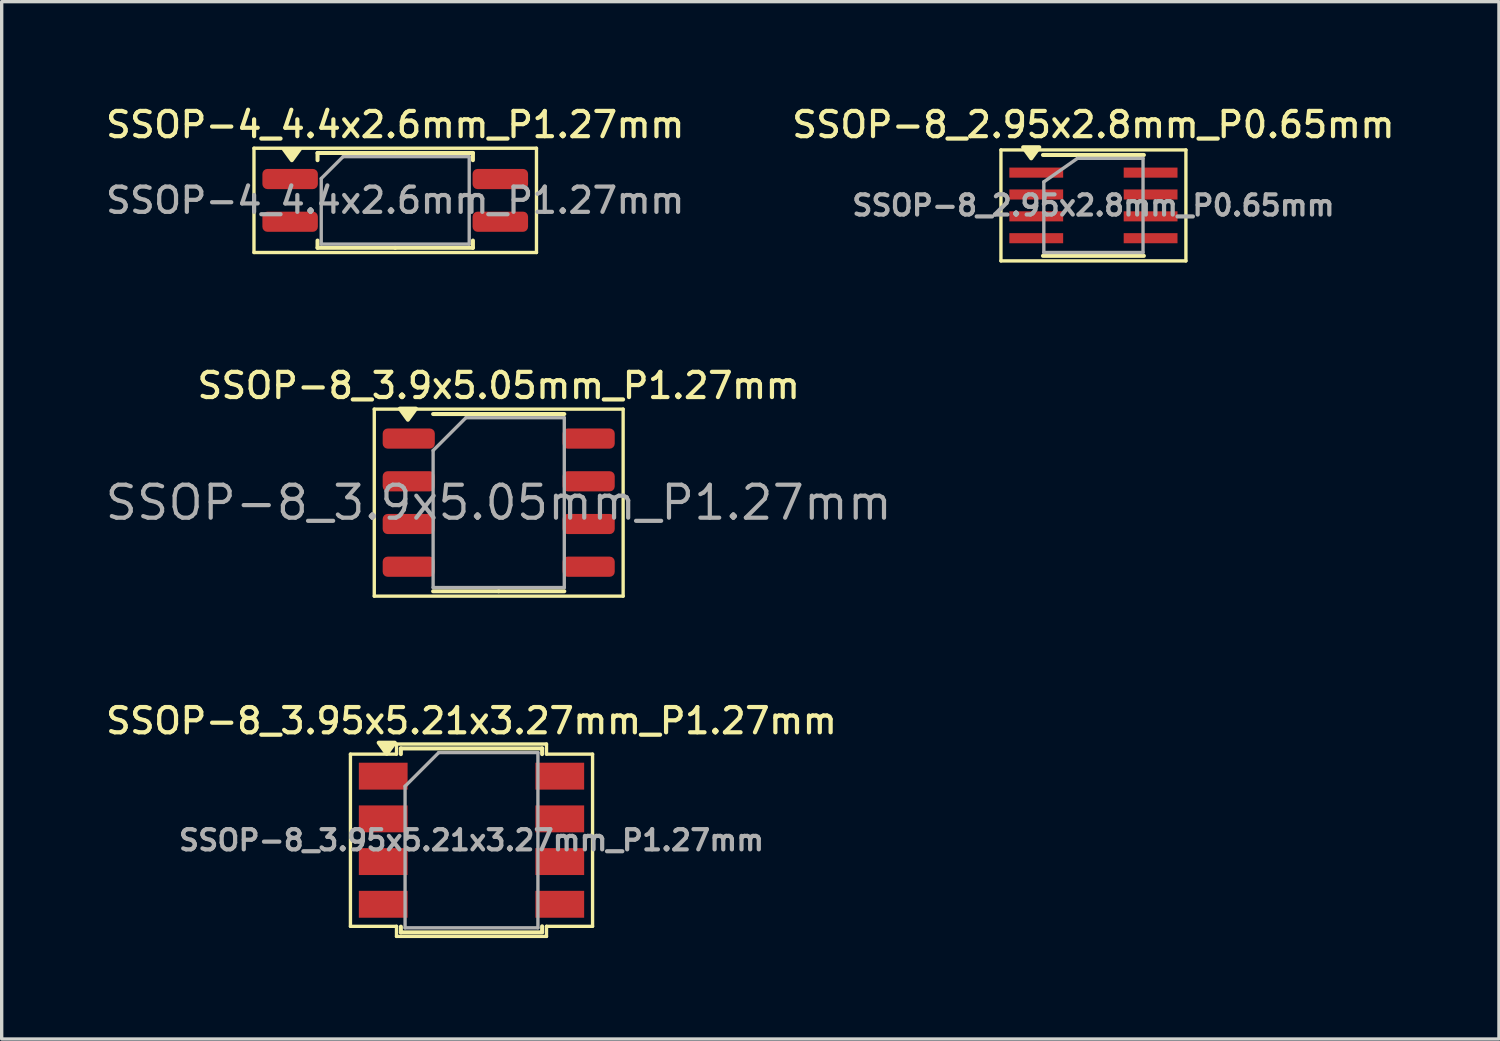
<source format=kicad_pcb>
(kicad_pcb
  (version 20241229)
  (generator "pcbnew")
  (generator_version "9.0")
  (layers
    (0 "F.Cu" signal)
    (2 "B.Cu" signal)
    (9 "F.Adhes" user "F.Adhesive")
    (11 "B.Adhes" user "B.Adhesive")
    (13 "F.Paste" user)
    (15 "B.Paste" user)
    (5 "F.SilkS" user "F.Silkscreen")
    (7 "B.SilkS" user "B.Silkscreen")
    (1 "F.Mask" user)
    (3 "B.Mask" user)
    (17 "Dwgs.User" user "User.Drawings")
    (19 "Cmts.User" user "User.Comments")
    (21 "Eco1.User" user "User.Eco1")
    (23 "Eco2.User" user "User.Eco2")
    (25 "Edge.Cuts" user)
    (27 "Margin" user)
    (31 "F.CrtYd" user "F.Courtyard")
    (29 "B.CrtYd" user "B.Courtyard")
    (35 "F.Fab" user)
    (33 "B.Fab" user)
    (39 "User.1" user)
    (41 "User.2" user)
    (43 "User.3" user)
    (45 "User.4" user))
  (footprint "SSOP-8_3.95x5.21x3.27mm_P1.27mm"
    (layer "F.Cu")
    (at 10.97 21.934)
    (property "Reference" "SSOP-8_3.95x5.21x3.27mm_P1.27mm" (at 0 -3.55 0) (layer "F.SilkS") (effects (font (size 0.75 0.75) (thickness 0.125))))
    (attr smd)
    (fp_line (start -3.6 -2.56) (end -2.23 -2.56) (stroke (width 0.1) (type solid)) (layer "F.SilkS"))
    (fp_line (start -3.6 2.56) (end -3.6 -2.56) (stroke (width 0.1) (type solid)) (layer "F.SilkS"))
    (fp_line (start -3.6 2.56) (end -2.23 2.56) (stroke (width 0.1) (type solid)) (layer "F.SilkS"))
    (fp_line (start -2.23 -2.86) (end 2.23 -2.86) (stroke (width 0.1) (type solid)) (layer "F.SilkS"))
    (fp_line (start -2.23 -2.56) (end -2.23 -2.86) (stroke (width 0.1) (type solid)) (layer "F.SilkS"))
    (fp_line (start -2.23 2.86) (end -2.23 2.56) (stroke (width 0.1) (type solid)) (layer "F.SilkS"))
    (fp_line (start -2.1 -2.73) (end -2.1 -2.56) (stroke (width 0.12) (type solid)) (layer "F.SilkS"))
    (fp_line (start -2.1 2.57) (end -2.1 2.74) (stroke (width 0.12) (type solid)) (layer "F.SilkS"))
    (fp_line (start 2.1 -2.73) (end -2.1 -2.73) (stroke (width 0.12) (type solid)) (layer "F.SilkS"))
    (fp_line (start 2.1 -2.73) (end 2.1 -2.56) (stroke (width 0.12) (type solid)) (layer "F.SilkS"))
    (fp_line (start 2.1 2.56) (end 2.1 2.73) (stroke (width 0.12) (type solid)) (layer "F.SilkS"))
    (fp_line (start 2.1 2.74) (end -2.1 2.74) (stroke (width 0.12) (type solid)) (layer "F.SilkS"))
    (fp_line (start 2.23 -2.56) (end 2.23 -2.86) (stroke (width 0.1) (type solid)) (layer "F.SilkS"))
    (fp_line (start 2.23 -2.56) (end 3.6 -2.56) (stroke (width 0.1) (type solid)) (layer "F.SilkS"))
    (fp_line (start 2.23 2.56) (end 3.6 2.56) (stroke (width 0.1) (type solid)) (layer "F.SilkS"))
    (fp_line (start 2.23 2.86) (end -2.23 2.86) (stroke (width 0.1) (type solid)) (layer "F.SilkS"))
    (fp_line (start 2.23 2.86) (end 2.23 2.56) (stroke (width 0.1) (type solid)) (layer "F.SilkS"))
    (fp_line (start 3.6 2.56) (end 3.6 -2.56) (stroke (width 0.1) (type solid)) (layer "F.SilkS"))
    (fp_poly (pts (xy -2.52 -2.57) (xy -2.76 -2.9) (xy -2.28 -2.9) (xy -2.52 -2.57)) (stroke (width 0.12) (type solid)) (fill yes) (layer "F.SilkS"))
    (fp_line (start -1.975 2.605) (end -1.975 -1.605) (stroke (width 0.1) (type solid)) (layer "F.Fab"))
    (fp_line (start -0.975 -2.605) (end -1.975 -1.605) (stroke (width 0.1) (type solid)) (layer "F.Fab"))
    (fp_line (start -0.975 -2.605) (end 1.975 -2.605) (stroke (width 0.1) (type solid)) (layer "F.Fab"))
    (fp_line (start 1.975 -2.605) (end 1.975 2.605) (stroke (width 0.1) (type solid)) (layer "F.Fab"))
    (fp_line (start 1.975 2.605) (end -1.975 2.605) (stroke (width 0.1) (type solid)) (layer "F.Fab"))
    (fp_text user "${REFERENCE}" (at 0 0 0) (layer "F.Fab") (effects (font (size 0.6 0.6) (thickness 0.125))))
    (pad "1" smd rect (at -2.625 -1.905) (size 1.45 0.8) (layers "F.Cu" "F.Mask" "F.Paste"))
    (pad "2" smd rect (at -2.625 -0.635) (size 1.45 0.8) (layers "F.Cu" "F.Mask" "F.Paste"))
    (pad "3" smd rect (at -2.625 0.635) (size 1.45 0.8) (layers "F.Cu" "F.Mask" "F.Paste"))
    (pad "4" smd rect (at -2.625 1.905) (size 1.45 0.8) (layers "F.Cu" "F.Mask" "F.Paste"))
    (pad "5" smd rect (at 2.625 1.905) (size 1.45 0.8) (layers "F.Cu" "F.Mask" "F.Paste"))
    (pad "6" smd rect (at 2.625 0.635) (size 1.45 0.8) (layers "F.Cu" "F.Mask" "F.Paste"))
    (pad "7" smd rect (at 2.625 -0.635) (size 1.45 0.8) (layers "F.Cu" "F.Mask" "F.Paste"))
    (pad "8" smd rect (at 2.625 -1.905) (size 1.45 0.8) (layers "F.Cu" "F.Mask" "F.Paste")))
  (footprint "SSOP-8_2.95x2.8mm_P0.65mm"
    (layer "F.Cu")
    (at 29.463 3.058)
    (property "Reference" "SSOP-8_2.95x2.8mm_P0.65mm" (at 0 -2.4 0) (layer "F.SilkS") (effects (font (size 0.75 0.75) (thickness 0.125))))
    (attr smd)
    (fp_line (start -2.75 -1.65) (end 2.75 -1.65) (stroke (width 0.1) (type solid)) (layer "F.SilkS"))
    (fp_line (start -2.75 1.65) (end -2.75 -1.65) (stroke (width 0.1) (type solid)) (layer "F.SilkS"))
    (fp_line (start 1.5 -1.5) (end -1.5 -1.5) (stroke (width 0.12) (type solid)) (layer "F.SilkS"))
    (fp_line (start 1.5 1.5) (end -1.5 1.5) (stroke (width 0.12) (type solid)) (layer "F.SilkS"))
    (fp_line (start 2.75 -1.65) (end 2.75 1.65) (stroke (width 0.1) (type solid)) (layer "F.SilkS"))
    (fp_line (start 2.75 1.65) (end -2.75 1.65) (stroke (width 0.1) (type solid)) (layer "F.SilkS"))
    (fp_poly (pts (xy -1.85 -1.4) (xy -2.09 -1.73) (xy -1.61 -1.73) (xy -1.85 -1.4)) (stroke (width 0.12) (type solid)) (fill yes) (layer "F.SilkS"))
    (fp_line (start -1.475 1.4) (end -1.475 -0.7) (stroke (width 0.1) (type solid)) (layer "F.Fab"))
    (fp_line (start -0.475 -1.4) (end -1.475 -0.7) (stroke (width 0.1) (type solid)) (layer "F.Fab"))
    (fp_line (start -0.475 -1.4) (end 1.475 -1.4) (stroke (width 0.1) (type solid)) (layer "F.Fab"))
    (fp_line (start 1.475 -1.4) (end 1.475 1.4) (stroke (width 0.1) (type solid)) (layer "F.Fab"))
    (fp_line (start 1.475 1.4) (end -1.475 1.4) (stroke (width 0.1) (type solid)) (layer "F.Fab"))
    (fp_text user "${REFERENCE}" (at 0 0 0) (layer "F.Fab") (effects (font (size 0.6 0.6) (thickness 0.125))))
    (pad "1" smd rect (at -1.7 -0.975 270) (size 0.3 1.6) (layers "F.Cu" "F.Mask" "F.Paste"))
    (pad "2" smd rect (at -1.7 -0.325 270) (size 0.3 1.6) (layers "F.Cu" "F.Mask" "F.Paste"))
    (pad "3" smd rect (at -1.7 0.325 270) (size 0.3 1.6) (layers "F.Cu" "F.Mask" "F.Paste"))
    (pad "4" smd rect (at -1.7 0.975 270) (size 0.3 1.6) (layers "F.Cu" "F.Mask" "F.Paste"))
    (pad "5" smd rect (at 1.7 0.975 270) (size 0.3 1.6) (layers "F.Cu" "F.Mask" "F.Paste"))
    (pad "6" smd rect (at 1.7 0.325 270) (size 0.3 1.6) (layers "F.Cu" "F.Mask" "F.Paste"))
    (pad "7" smd rect (at 1.7 -0.325 270) (size 0.3 1.6) (layers "F.Cu" "F.Mask" "F.Paste"))
    (pad "8" smd rect (at 1.7 -0.975 270) (size 0.3 1.6) (layers "F.Cu" "F.Mask" "F.Paste")))
  (footprint "SSOP-4_4.4x2.6mm_P1.27mm"
    (layer "F.Cu")
    (at 8.702 2.908)
    (property "Reference" "SSOP-4_4.4x2.6mm_P1.27mm" (at 0 -2.25 0) (layer "F.SilkS") (effects (font (size 0.75 0.75) (thickness 0.125))))
    (attr smd)
    (fp_line (start -4.2 -1.55) (end -4.2 1.55) (stroke (width 0.1) (type solid)) (layer "F.SilkS"))
    (fp_line (start -4.2 1.55) (end 4.2 1.55) (stroke (width 0.1) (type solid)) (layer "F.SilkS"))
    (fp_line (start -2.31 -1.41) (end -2.31 -1.195) (stroke (width 0.12) (type solid)) (layer "F.SilkS"))
    (fp_line (start -2.31 1.41) (end -2.31 1.195) (stroke (width 0.12) (type solid)) (layer "F.SilkS"))
    (fp_line (start 0 -1.41) (end -2.31 -1.41) (stroke (width 0.12) (type solid)) (layer "F.SilkS"))
    (fp_line (start 0 -1.41) (end 2.31 -1.41) (stroke (width 0.12) (type solid)) (layer "F.SilkS"))
    (fp_line (start 0 1.41) (end -2.31 1.41) (stroke (width 0.12) (type solid)) (layer "F.SilkS"))
    (fp_line (start 0 1.41) (end 2.31 1.41) (stroke (width 0.12) (type solid)) (layer "F.SilkS"))
    (fp_line (start 2.31 -1.41) (end 2.31 -1.195) (stroke (width 0.12) (type solid)) (layer "F.SilkS"))
    (fp_line (start 2.31 1.41) (end 2.31 1.195) (stroke (width 0.12) (type solid)) (layer "F.SilkS"))
    (fp_line (start 4.2 -1.55) (end -4.2 -1.55) (stroke (width 0.1) (type solid)) (layer "F.SilkS"))
    (fp_line (start 4.2 1.55) (end 4.2 -1.55) (stroke (width 0.1) (type solid)) (layer "F.SilkS"))
    (fp_poly (pts (xy -3.075 -1.195) (xy -3.315 -1.525) (xy -2.835 -1.525) (xy -3.075 -1.195)) (stroke (width 0.12) (type solid)) (fill yes) (layer "F.SilkS"))
    (fp_line (start -2.2 -0.65) (end -1.55 -1.3) (stroke (width 0.1) (type solid)) (layer "F.Fab"))
    (fp_line (start -2.2 1.3) (end -2.2 -0.65) (stroke (width 0.1) (type solid)) (layer "F.Fab"))
    (fp_line (start -1.55 -1.3) (end 2.2 -1.3) (stroke (width 0.1) (type solid)) (layer "F.Fab"))
    (fp_line (start 2.2 -1.3) (end 2.2 1.3) (stroke (width 0.1) (type solid)) (layer "F.Fab"))
    (fp_line (start 2.2 1.3) (end -2.2 1.3) (stroke (width 0.1) (type solid)) (layer "F.Fab"))
    (fp_text user "${REFERENCE}" (at 0 0 0) (layer "F.Fab") (effects (font (size 0.75 0.75) (thickness 0.125))))
    (pad "1" smd roundrect (at -3.125 -0.635) (size 1.65 0.6) (layers "F.Cu" "F.Mask" "F.Paste") (roundrect_rratio 0.25))
    (pad "2" smd roundrect (at -3.125 0.635) (size 1.65 0.6) (layers "F.Cu" "F.Mask" "F.Paste") (roundrect_rratio 0.25))
    (pad "3" smd roundrect (at 3.125 0.635) (size 1.65 0.6) (layers "F.Cu" "F.Mask" "F.Paste") (roundrect_rratio 0.25))
    (pad "4" smd roundrect (at 3.125 -0.635) (size 1.65 0.6) (layers "F.Cu" "F.Mask" "F.Paste") (roundrect_rratio 0.25)))
  (footprint "SSOP-8_3.9x5.05mm_P1.27mm"
    (layer "F.Cu")
    (at 11.779 11.896)
    (property "Reference" "SSOP-8_3.9x5.05mm_P1.27mm" (at 0 -3.48 0) (layer "F.SilkS") (effects (font (size 0.75 0.75) (thickness 0.125))))
    (attr smd)
    (fp_line (start -3.7 -2.78) (end -3.7 2.78) (stroke (width 0.1) (type solid)) (layer "F.SilkS"))
    (fp_line (start -3.7 2.78) (end 3.7 2.78) (stroke (width 0.1) (type solid)) (layer "F.SilkS"))
    (fp_line (start 0 -2.635) (end -1.95 -2.635) (stroke (width 0.12) (type solid)) (layer "F.SilkS"))
    (fp_line (start 0 -2.635) (end 1.95 -2.635) (stroke (width 0.12) (type solid)) (layer "F.SilkS"))
    (fp_line (start 0 2.635) (end -1.95 2.635) (stroke (width 0.12) (type solid)) (layer "F.SilkS"))
    (fp_line (start 0 2.635) (end 1.95 2.635) (stroke (width 0.12) (type solid)) (layer "F.SilkS"))
    (fp_line (start 3.7 -2.78) (end -3.7 -2.78) (stroke (width 0.1) (type solid)) (layer "F.SilkS"))
    (fp_line (start 3.7 2.78) (end 3.7 -2.78) (stroke (width 0.1) (type solid)) (layer "F.SilkS"))
    (fp_poly (pts (xy -2.7 -2.465) (xy -2.94 -2.795) (xy -2.46 -2.795) (xy -2.7 -2.465)) (stroke (width 0.12) (type solid)) (fill yes) (layer "F.SilkS"))
    (fp_line (start -1.95 -1.55) (end -0.975 -2.525) (stroke (width 0.1) (type solid)) (layer "F.Fab"))
    (fp_line (start -1.95 2.525) (end -1.95 -1.55) (stroke (width 0.1) (type solid)) (layer "F.Fab"))
    (fp_line (start -0.975 -2.525) (end 1.95 -2.525) (stroke (width 0.1) (type solid)) (layer "F.Fab"))
    (fp_line (start 1.95 -2.525) (end 1.95 2.525) (stroke (width 0.1) (type solid)) (layer "F.Fab"))
    (fp_line (start 1.95 2.525) (end -1.95 2.525) (stroke (width 0.1) (type solid)) (layer "F.Fab"))
    (fp_text user "${REFERENCE}" (at 0 0 0) (layer "F.Fab") (effects (font (size 0.98 0.98) (thickness 0.125))))
    (pad "1" smd roundrect (at -2.675 -1.905) (size 1.55 0.6) (layers "F.Cu" "F.Mask" "F.Paste") (roundrect_rratio 0.25))
    (pad "2" smd roundrect (at -2.675 -0.635) (size 1.55 0.6) (layers "F.Cu" "F.Mask" "F.Paste") (roundrect_rratio 0.25))
    (pad "3" smd roundrect (at -2.675 0.635) (size 1.55 0.6) (layers "F.Cu" "F.Mask" "F.Paste") (roundrect_rratio 0.25))
    (pad "4" smd roundrect (at -2.675 1.905) (size 1.55 0.6) (layers "F.Cu" "F.Mask" "F.Paste") (roundrect_rratio 0.25))
    (pad "5" smd roundrect (at 2.675 1.905) (size 1.55 0.6) (layers "F.Cu" "F.Mask" "F.Paste") (roundrect_rratio 0.25))
    (pad "6" smd roundrect (at 2.675 0.635) (size 1.55 0.6) (layers "F.Cu" "F.Mask" "F.Paste") (roundrect_rratio 0.25))
    (pad "7" smd roundrect (at 2.675 -0.635) (size 1.55 0.6) (layers "F.Cu" "F.Mask" "F.Paste") (roundrect_rratio 0.25))
    (pad "8" smd roundrect (at 2.675 -1.905) (size 1.55 0.6) (layers "F.Cu" "F.Mask" "F.Paste") (roundrect_rratio 0.25)))
  (gr_rect
    (start -3 -3)
    (end 41.521 27.844)
    (stroke (width 0.1) (type default))
    (fill no)
    (layer "Edge.Cuts")))
</source>
